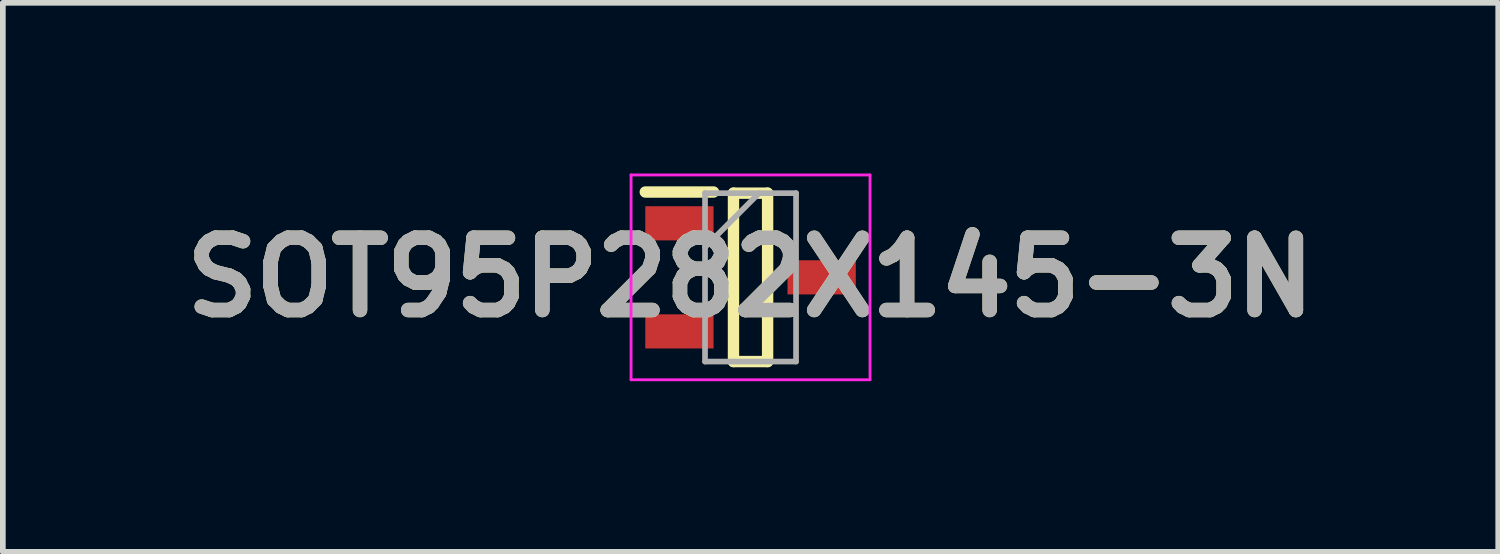
<source format=kicad_pcb>
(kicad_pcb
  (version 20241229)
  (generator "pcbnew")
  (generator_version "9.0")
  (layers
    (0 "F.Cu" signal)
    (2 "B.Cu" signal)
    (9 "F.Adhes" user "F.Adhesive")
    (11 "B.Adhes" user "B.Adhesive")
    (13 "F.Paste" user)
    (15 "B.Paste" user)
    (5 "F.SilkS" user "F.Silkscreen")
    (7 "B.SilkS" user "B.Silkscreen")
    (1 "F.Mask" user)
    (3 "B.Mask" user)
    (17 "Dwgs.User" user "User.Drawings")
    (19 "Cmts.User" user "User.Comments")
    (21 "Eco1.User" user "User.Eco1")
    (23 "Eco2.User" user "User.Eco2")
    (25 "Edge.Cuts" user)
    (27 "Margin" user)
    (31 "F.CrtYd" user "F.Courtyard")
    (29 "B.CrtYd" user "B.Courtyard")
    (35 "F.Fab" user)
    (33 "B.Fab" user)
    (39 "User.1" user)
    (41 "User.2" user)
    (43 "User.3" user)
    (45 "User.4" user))
  (footprint "SOT95P282X145-3N"
    (layer "F.Cu")
    (at 10.142 1.825)
    (property "Reference" "SOT95P282X145-3N" (at 0 0 0) (layer "F.SilkS") (effects (font (size 1.27 1.27) (thickness 0.254))))
    (attr smd)
    (fp_line (start -1.85 -1.5) (end -0.65 -1.5) (stroke (width 0.2) (type solid)) (layer "F.SilkS"))
    (fp_line (start -0.3 -1.48) (end 0.3 -1.48) (stroke (width 0.2) (type solid)) (layer "F.SilkS"))
    (fp_line (start -0.3 1.48) (end -0.3 -1.48) (stroke (width 0.2) (type solid)) (layer "F.SilkS"))
    (fp_line (start 0.3 -1.48) (end 0.3 1.48) (stroke (width 0.2) (type solid)) (layer "F.SilkS"))
    (fp_line (start 0.3 1.48) (end -0.3 1.48) (stroke (width 0.2) (type solid)) (layer "F.SilkS"))
    (fp_line (start -2.1 -1.8) (end 2.1 -1.8) (stroke (width 0.05) (type solid)) (layer "F.CrtYd"))
    (fp_line (start -2.1 1.8) (end -2.1 -1.8) (stroke (width 0.05) (type solid)) (layer "F.CrtYd"))
    (fp_line (start 2.1 -1.8) (end 2.1 1.8) (stroke (width 0.05) (type solid)) (layer "F.CrtYd"))
    (fp_line (start 2.1 1.8) (end -2.1 1.8) (stroke (width 0.05) (type solid)) (layer "F.CrtYd"))
    (fp_line (start -0.8 -1.48) (end 0.8 -1.48) (stroke (width 0.1) (type solid)) (layer "F.Fab"))
    (fp_line (start -0.8 -0.53) (end 0.15 -1.48) (stroke (width 0.1) (type solid)) (layer "F.Fab"))
    (fp_line (start -0.8 1.48) (end -0.8 -1.48) (stroke (width 0.1) (type solid)) (layer "F.Fab"))
    (fp_line (start 0.8 -1.48) (end 0.8 1.48) (stroke (width 0.1) (type solid)) (layer "F.Fab"))
    (fp_line (start 0.8 1.48) (end -0.8 1.48) (stroke (width 0.1) (type solid)) (layer "F.Fab"))
    (fp_text user "${REFERENCE}" (at 0 0 0) (layer "F.Fab") (effects (font (size 1.27 1.27) (thickness 0.254))))
    (pad "1" smd rect (at -1.25 -0.95 90) (size 0.6 1.2) (layers "F.Cu" "F.Mask" "F.Paste"))
    (pad "2" smd rect (at -1.25 0.95 90) (size 0.6 1.2) (layers "F.Cu" "F.Mask" "F.Paste"))
    (pad "3" smd rect (at 1.25 0 90) (size 0.6 1.2) (layers "F.Cu" "F.Mask" "F.Paste")))
  (gr_rect
    (start -3 -3)
    (end 23.284 6.65)
    (stroke (width 0.1) (type default))
    (fill no)
    (layer "Edge.Cuts")))
</source>
